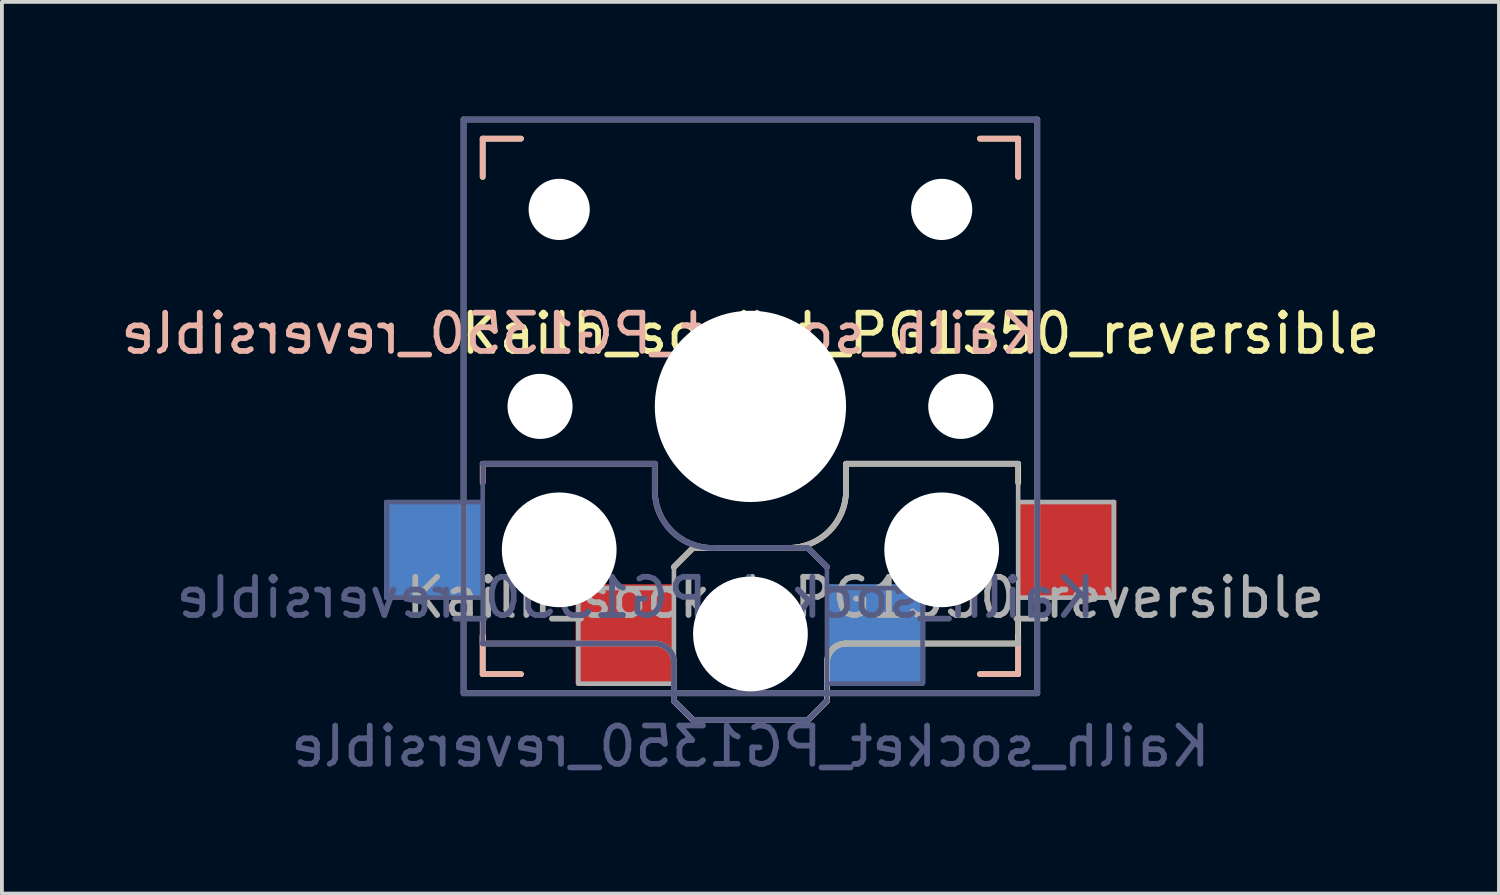
<source format=kicad_pcb>
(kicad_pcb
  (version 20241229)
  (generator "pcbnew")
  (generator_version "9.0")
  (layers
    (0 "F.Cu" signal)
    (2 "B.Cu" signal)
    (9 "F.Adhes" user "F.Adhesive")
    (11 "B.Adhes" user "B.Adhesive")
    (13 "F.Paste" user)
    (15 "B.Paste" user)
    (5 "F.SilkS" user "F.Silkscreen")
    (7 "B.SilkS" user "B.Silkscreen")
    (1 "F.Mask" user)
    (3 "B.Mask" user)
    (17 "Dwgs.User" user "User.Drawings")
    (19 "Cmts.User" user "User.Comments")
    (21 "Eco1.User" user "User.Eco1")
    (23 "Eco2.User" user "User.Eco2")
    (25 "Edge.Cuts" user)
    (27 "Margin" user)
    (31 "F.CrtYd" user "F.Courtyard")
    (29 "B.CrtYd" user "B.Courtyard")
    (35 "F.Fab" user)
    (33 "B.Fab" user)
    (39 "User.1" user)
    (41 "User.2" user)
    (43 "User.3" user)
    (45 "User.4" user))
  (footprint "Kailh_socket_PG1350_reversible"
    (layer "F.Cu")
    (at 16.57 7.575)
    (property "Reference" "Kailh_socket_PG1350_reversible" (at 4.445 -1.905 0) (layer "F.SilkS") (effects (font (size 1 1) (thickness 0.15))))
    (property "Value" "Kailh_socket_PG1350_reversible" (at 0 8.89 0) (layer "F.Fab") (hide yes) (effects (font (size 1 1) (thickness 0.15))))
    (attr smd exclude_from_pos_files exclude_from_bom)
    (fp_line (start -7 -7) (end -6 -7) (stroke (width 0.15) (type solid)) (layer "F.SilkS"))
    (fp_line (start -7 -6) (end -7 -7) (stroke (width 0.15) (type solid)) (layer "F.SilkS"))
    (fp_line (start -7 7) (end -7 6) (stroke (width 0.15) (type solid)) (layer "F.SilkS"))
    (fp_line (start -6 7) (end -7 7) (stroke (width 0.15) (type solid)) (layer "F.SilkS"))
    (fp_line (start -2 4.2) (end -1.5 3.7) (stroke (width 0.15) (type solid)) (layer "F.SilkS"))
    (fp_line (start -2 7.7) (end -1.5 8.2) (stroke (width 0.15) (type solid)) (layer "F.SilkS"))
    (fp_line (start -1.5 3.7) (end 1 3.7) (stroke (width 0.15) (type solid)) (layer "F.SilkS"))
    (fp_line (start -1.5 8.2) (end 1.5 8.2) (stroke (width 0.15) (type solid)) (layer "F.SilkS"))
    (fp_line (start 1.5 8.2) (end 2 7.7) (stroke (width 0.15) (type solid)) (layer "F.SilkS"))
    (fp_line (start 2 6.7) (end 2 7.7) (stroke (width 0.15) (type solid)) (layer "F.SilkS"))
    (fp_line (start 2.5 1.5) (end 7 1.5) (stroke (width 0.15) (type solid)) (layer "F.SilkS"))
    (fp_line (start 2.5 2.2) (end 2.5 1.5) (stroke (width 0.15) (type solid)) (layer "F.SilkS"))
    (fp_line (start 6 -7) (end 7 -7) (stroke (width 0.15) (type solid)) (layer "F.SilkS"))
    (fp_line (start 7 -7) (end 7 -6) (stroke (width 0.15) (type solid)) (layer "F.SilkS"))
    (fp_line (start 7 1.5) (end 7 2) (stroke (width 0.15) (type solid)) (layer "F.SilkS"))
    (fp_line (start 7 5.6) (end 7 6.2) (stroke (width 0.15) (type solid)) (layer "F.SilkS"))
    (fp_line (start 7 6) (end 7 7) (stroke (width 0.15) (type solid)) (layer "F.SilkS"))
    (fp_line (start 7 6.2) (end 2.5 6.2) (stroke (width 0.15) (type solid)) (layer "F.SilkS"))
    (fp_line (start 7 7) (end 6 7) (stroke (width 0.15) (type solid)) (layer "F.SilkS"))
    (fp_arc (start 2 6.7) (mid 2.146447 6.346447) (end 2.5 6.2) (stroke (width 0.15) (type solid)) (layer "F.SilkS"))
    (fp_arc (start 2.5 2.2) (mid 2.06066 3.26066) (end 1 3.7) (stroke (width 0.15) (type solid)) (layer "F.SilkS"))
    (fp_line (start -7 -7) (end -6 -7) (stroke (width 0.15) (type solid)) (layer "B.SilkS"))
    (fp_line (start -7 -6) (end -7 -7) (stroke (width 0.15) (type solid)) (layer "B.SilkS"))
    (fp_line (start -7 1.5) (end -7 2) (stroke (width 0.15) (type solid)) (layer "B.SilkS"))
    (fp_line (start -7 5.6) (end -7 6.2) (stroke (width 0.15) (type solid)) (layer "B.SilkS"))
    (fp_line (start -7 6.2) (end -2.5 6.2) (stroke (width 0.15) (type solid)) (layer "B.SilkS"))
    (fp_line (start -7 7) (end -7 6) (stroke (width 0.15) (type solid)) (layer "B.SilkS"))
    (fp_line (start -6 7) (end -7 7) (stroke (width 0.15) (type solid)) (layer "B.SilkS"))
    (fp_line (start -2.5 1.5) (end -7 1.5) (stroke (width 0.15) (type solid)) (layer "B.SilkS"))
    (fp_line (start -2.5 2.2) (end -2.5 1.5) (stroke (width 0.15) (type solid)) (layer "B.SilkS"))
    (fp_line (start -2 6.7) (end -2 7.7) (stroke (width 0.15) (type solid)) (layer "B.SilkS"))
    (fp_line (start -1.5 8.2) (end -2 7.7) (stroke (width 0.15) (type solid)) (layer "B.SilkS"))
    (fp_line (start 1.5 3.7) (end -1 3.7) (stroke (width 0.15) (type solid)) (layer "B.SilkS"))
    (fp_line (start 1.5 8.2) (end -1.5 8.2) (stroke (width 0.15) (type solid)) (layer "B.SilkS"))
    (fp_line (start 2 4.2) (end 1.5 3.7) (stroke (width 0.15) (type solid)) (layer "B.SilkS"))
    (fp_line (start 2 7.7) (end 1.5 8.2) (stroke (width 0.15) (type solid)) (layer "B.SilkS"))
    (fp_line (start 6 -7) (end 7 -7) (stroke (width 0.15) (type solid)) (layer "B.SilkS"))
    (fp_line (start 7 -7) (end 7 -6) (stroke (width 0.15) (type solid)) (layer "B.SilkS"))
    (fp_line (start 7 6) (end 7 7) (stroke (width 0.15) (type solid)) (layer "B.SilkS"))
    (fp_line (start 7 7) (end 6 7) (stroke (width 0.15) (type solid)) (layer "B.SilkS"))
    (fp_arc (start -2.5 6.2) (mid -2.146447 6.346447) (end -2 6.7) (stroke (width 0.15) (type solid)) (layer "B.SilkS"))
    (fp_arc (start -1 3.7) (mid -2.06066 3.26066) (end -2.5 2.2) (stroke (width 0.15) (type solid)) (layer "B.SilkS"))
    (fp_line (start -6.9 6.9) (end -6.9 -6.9) (stroke (width 0.15) (type solid)) (layer "Eco2.User"))
    (fp_line (start -6.9 6.9) (end 6.9 6.9) (stroke (width 0.15) (type solid)) (layer "Eco2.User"))
    (fp_line (start -2.6 -3.1) (end -2.6 -6.3) (stroke (width 0.15) (type solid)) (layer "Eco2.User"))
    (fp_line (start -2.6 -3.1) (end 2.6 -3.1) (stroke (width 0.15) (type solid)) (layer "Eco2.User"))
    (fp_line (start 2.6 -6.3) (end -2.6 -6.3) (stroke (width 0.15) (type solid)) (layer "Eco2.User"))
    (fp_line (start 2.6 -3.1) (end 2.6 -6.3) (stroke (width 0.15) (type solid)) (layer "Eco2.User"))
    (fp_line (start 6.9 -6.9) (end -6.9 -6.9) (stroke (width 0.15) (type solid)) (layer "Eco2.User"))
    (fp_line (start 6.9 -6.9) (end 6.9 6.9) (stroke (width 0.15) (type solid)) (layer "Eco2.User"))
    (fp_line (start -9.5 2.5) (end -7 2.5) (stroke (width 0.12) (type solid)) (layer "B.Fab"))
    (fp_line (start -9.5 5) (end -9.5 2.5) (stroke (width 0.12) (type solid)) (layer "B.Fab"))
    (fp_line (start -7.5 -7.5) (end 7.5 -7.5) (stroke (width 0.15) (type solid)) (layer "B.Fab"))
    (fp_line (start -7.5 7.5) (end -7.5 -7.5) (stroke (width 0.15) (type solid)) (layer "B.Fab"))
    (fp_line (start -7 1.5) (end -7 6.2) (stroke (width 0.12) (type solid)) (layer "B.Fab"))
    (fp_line (start -7 5) (end -9.5 5) (stroke (width 0.12) (type solid)) (layer "B.Fab"))
    (fp_line (start -7 6.2) (end -2.5 6.2) (stroke (width 0.15) (type solid)) (layer "B.Fab"))
    (fp_line (start -2.5 1.5) (end -7 1.5) (stroke (width 0.15) (type solid)) (layer "B.Fab"))
    (fp_line (start -2.5 2.2) (end -2.5 1.5) (stroke (width 0.15) (type solid)) (layer "B.Fab"))
    (fp_line (start -2 6.7) (end -2 7.7) (stroke (width 0.15) (type solid)) (layer "B.Fab"))
    (fp_line (start -1.5 8.2) (end -2 7.7) (stroke (width 0.15) (type solid)) (layer "B.Fab"))
    (fp_line (start 1.5 3.7) (end -1 3.7) (stroke (width 0.15) (type solid)) (layer "B.Fab"))
    (fp_line (start 1.5 8.2) (end -1.5 8.2) (stroke (width 0.15) (type solid)) (layer "B.Fab"))
    (fp_line (start 2 4.2) (end 1.5 3.7) (stroke (width 0.15) (type solid)) (layer "B.Fab"))
    (fp_line (start 2 4.25) (end 2 7.7) (stroke (width 0.12) (type solid)) (layer "B.Fab"))
    (fp_line (start 2 4.75) (end 4.5 4.75) (stroke (width 0.12) (type solid)) (layer "B.Fab"))
    (fp_line (start 2 7.7) (end 1.5 8.2) (stroke (width 0.15) (type solid)) (layer "B.Fab"))
    (fp_line (start 4.5 4.75) (end 4.5 7.25) (stroke (width 0.12) (type solid)) (layer "B.Fab"))
    (fp_line (start 4.5 7.25) (end 2 7.25) (stroke (width 0.12) (type solid)) (layer "B.Fab"))
    (fp_line (start 7.5 -7.5) (end 7.5 7.5) (stroke (width 0.15) (type solid)) (layer "B.Fab"))
    (fp_line (start 7.5 7.5) (end -7.5 7.5) (stroke (width 0.15) (type solid)) (layer "B.Fab"))
    (fp_arc (start -2.5 6.2) (mid -2.146447 6.346447) (end -2 6.7) (stroke (width 0.15) (type solid)) (layer "B.Fab"))
    (fp_arc (start -1 3.7) (mid -2.06066 3.26066) (end -2.5 2.2) (stroke (width 0.15) (type solid)) (layer "B.Fab"))
    (fp_line (start -7.5 -7.5) (end 7.5 -7.5) (stroke (width 0.15) (type solid)) (layer "F.Fab"))
    (fp_line (start -7.5 7.5) (end -7.5 -7.5) (stroke (width 0.15) (type solid)) (layer "F.Fab"))
    (fp_line (start -4.5 4.75) (end -4.5 7.25) (stroke (width 0.12) (type solid)) (layer "F.Fab"))
    (fp_line (start -4.5 7.25) (end -2 7.25) (stroke (width 0.12) (type solid)) (layer "F.Fab"))
    (fp_line (start -2 4.2) (end -1.5 3.7) (stroke (width 0.15) (type solid)) (layer "F.Fab"))
    (fp_line (start -2 4.25) (end -2 7.7) (stroke (width 0.12) (type solid)) (layer "F.Fab"))
    (fp_line (start -2 4.75) (end -4.5 4.75) (stroke (width 0.12) (type solid)) (layer "F.Fab"))
    (fp_line (start -2 7.7) (end -1.5 8.2) (stroke (width 0.15) (type solid)) (layer "F.Fab"))
    (fp_line (start -1.5 3.7) (end 1 3.7) (stroke (width 0.15) (type solid)) (layer "F.Fab"))
    (fp_line (start -1.5 8.2) (end 1.5 8.2) (stroke (width 0.15) (type solid)) (layer "F.Fab"))
    (fp_line (start 1.5 8.2) (end 2 7.7) (stroke (width 0.15) (type solid)) (layer "F.Fab"))
    (fp_line (start 2 6.7) (end 2 7.7) (stroke (width 0.15) (type solid)) (layer "F.Fab"))
    (fp_line (start 2.5 1.5) (end 7 1.5) (stroke (width 0.15) (type solid)) (layer "F.Fab"))
    (fp_line (start 2.5 2.2) (end 2.5 1.5) (stroke (width 0.15) (type solid)) (layer "F.Fab"))
    (fp_line (start 7 1.5) (end 7 6.2) (stroke (width 0.12) (type solid)) (layer "F.Fab"))
    (fp_line (start 7 5) (end 9.5 5) (stroke (width 0.12) (type solid)) (layer "F.Fab"))
    (fp_line (start 7 6.2) (end 2.5 6.2) (stroke (width 0.15) (type solid)) (layer "F.Fab"))
    (fp_line (start 7.5 -7.5) (end 7.5 7.5) (stroke (width 0.15) (type solid)) (layer "F.Fab"))
    (fp_line (start 7.5 7.5) (end -7.5 7.5) (stroke (width 0.15) (type solid)) (layer "F.Fab"))
    (fp_line (start 9.5 2.5) (end 7 2.5) (stroke (width 0.12) (type solid)) (layer "F.Fab"))
    (fp_line (start 9.5 5) (end 9.5 2.5) (stroke (width 0.12) (type solid)) (layer "F.Fab"))
    (fp_arc (start 2 6.7) (mid 2.146447 6.346447) (end 2.5 6.2) (stroke (width 0.15) (type solid)) (layer "F.Fab"))
    (fp_arc (start 2.5 2.2) (mid 2.06066 3.26066) (end 1 3.7) (stroke (width 0.15) (type solid)) (layer "F.Fab"))
    (fp_text user "${REFERENCE}" (at -4.445 -1.905 0) (layer "B.SilkS") (effects (font (size 1 1) (thickness 0.15)) (justify mirror)))
    (fp_text user "${REFERENCE}" (at -3 5 0) (layer "B.Fab") (effects (font (size 1 1) (thickness 0.15)) (justify mirror)))
    (fp_text user "${VALUE}" (at 0 8.89 0) (layer "B.Fab") (effects (font (size 1 1) (thickness 0.15)) (justify mirror)))
    (fp_text user "${REFERENCE}" (at 3 5 180) (layer "F.Fab") (effects (font (size 1 1) (thickness 0.15))))
    (pad "" np_thru_hole circle (at -5.5 0) (size 1.702 1.702) (drill 1.702) (layers "*.Cu" "*.Mask"))
    (pad "" np_thru_hole circle (at -5 -5.15) (size 1.6 1.6) (drill 1.6) (layers "*.Cu" "*.Mask"))
    (pad "" np_thru_hole circle (at -5 3.75) (size 3 3) (drill 3) (layers "*.Cu" "*.Mask"))
    (pad "" np_thru_hole circle (at 0 0) (size 5 5) (drill 5) (layers "*.Cu" "*.Mask"))
    (pad "" np_thru_hole circle (at 0 5.95) (size 3 3) (drill 3) (layers "*.Cu" "*.Mask"))
    (pad "" np_thru_hole circle (at 5 -5.15) (size 1.6 1.6) (drill 1.6) (layers "*.Cu" "*.Mask"))
    (pad "" np_thru_hole circle (at 5 3.75) (size 3 3) (drill 3) (layers "*.Cu" "*.Mask"))
    (pad "" np_thru_hole circle (at 5.5 0) (size 1.702 1.702) (drill 1.702) (layers "*.Cu" "*.Mask"))
    (pad "1" smd rect (at -3.275 5.95) (size 2.6 2.6) (layers "F.Cu" "F.Mask" "F.Paste"))
    (pad "1" smd rect (at 3.275 5.95) (size 2.6 2.6) (layers "B.Cu" "B.Mask" "B.Paste"))
    (pad "2" smd rect (at -8.275 3.75) (size 2.6 2.6) (layers "B.Cu" "B.Mask" "B.Paste"))
    (pad "2" smd rect (at 8.275 3.75) (size 2.6 2.6) (layers "F.Cu" "F.Mask" "F.Paste")))
  (gr_rect
    (start -3 -3)
    (end 36.14 20.313)
    (stroke (width 0.1) (type default))
    (fill no)
    (layer "Edge.Cuts")))
</source>
